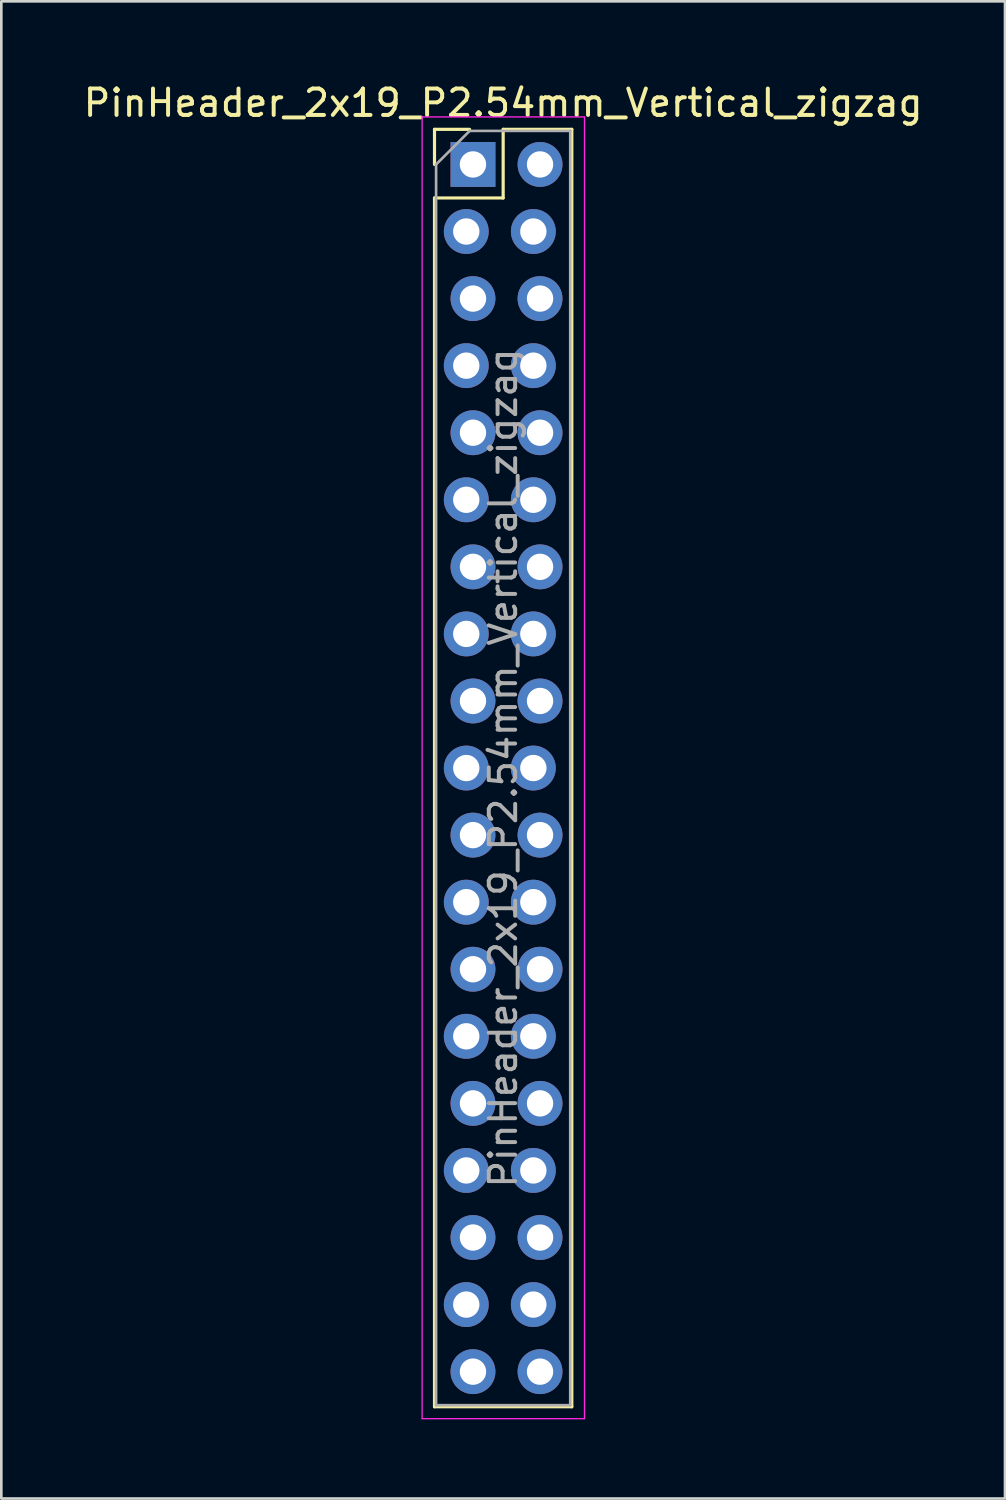
<source format=kicad_pcb>
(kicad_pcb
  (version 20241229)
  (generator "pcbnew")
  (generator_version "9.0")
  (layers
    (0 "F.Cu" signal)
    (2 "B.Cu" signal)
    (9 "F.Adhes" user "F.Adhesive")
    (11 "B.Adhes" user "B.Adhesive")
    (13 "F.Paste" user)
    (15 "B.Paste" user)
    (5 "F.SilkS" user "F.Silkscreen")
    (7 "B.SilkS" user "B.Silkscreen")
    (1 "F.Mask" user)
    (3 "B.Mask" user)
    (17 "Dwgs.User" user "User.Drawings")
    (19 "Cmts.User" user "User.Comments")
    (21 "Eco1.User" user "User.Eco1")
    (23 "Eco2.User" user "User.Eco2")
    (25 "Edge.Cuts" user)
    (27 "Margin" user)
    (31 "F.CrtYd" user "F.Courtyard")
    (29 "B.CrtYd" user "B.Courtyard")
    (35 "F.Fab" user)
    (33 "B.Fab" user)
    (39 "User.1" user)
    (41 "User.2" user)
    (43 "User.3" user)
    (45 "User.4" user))
  (footprint "PinHeader_2x19_P2.54mm_Vertical_zigzag"
    (layer "F.Cu")
    (at 14.736 3.178)
    (property "Reference" "PinHeader_2x19_P2.54mm_Vertical_zigzag" (at 1.27 -2.33 0) (layer "F.SilkS") (effects (font (size 1 1) (thickness 0.15))))
    (attr through_hole)
    (fp_line (start -1.33 -1.33) (end 0 -1.33) (stroke (width 0.12) (type solid)) (layer "F.SilkS"))
    (fp_line (start -1.33 0) (end -1.33 -1.33) (stroke (width 0.12) (type solid)) (layer "F.SilkS"))
    (fp_line (start -1.33 1.27) (end -1.33 47.05) (stroke (width 0.12) (type solid)) (layer "F.SilkS"))
    (fp_line (start -1.33 1.27) (end 1.27 1.27) (stroke (width 0.12) (type solid)) (layer "F.SilkS"))
    (fp_line (start -1.33 47.05) (end 3.87 47.05) (stroke (width 0.12) (type solid)) (layer "F.SilkS"))
    (fp_line (start 1.27 -1.33) (end 3.87 -1.33) (stroke (width 0.12) (type solid)) (layer "F.SilkS"))
    (fp_line (start 1.27 1.27) (end 1.27 -1.33) (stroke (width 0.12) (type solid)) (layer "F.SilkS"))
    (fp_line (start 3.87 -1.33) (end 3.87 47.05) (stroke (width 0.12) (type solid)) (layer "F.SilkS"))
    (fp_line (start -1.8 -1.8) (end -1.8 47.5) (stroke (width 0.05) (type solid)) (layer "F.CrtYd"))
    (fp_line (start -1.8 47.5) (end 4.35 47.5) (stroke (width 0.05) (type solid)) (layer "F.CrtYd"))
    (fp_line (start 4.35 -1.8) (end -1.8 -1.8) (stroke (width 0.05) (type solid)) (layer "F.CrtYd"))
    (fp_line (start 4.35 47.5) (end 4.35 -1.8) (stroke (width 0.05) (type solid)) (layer "F.CrtYd"))
    (fp_line (start -1.27 0) (end 0 -1.27) (stroke (width 0.1) (type solid)) (layer "F.Fab"))
    (fp_line (start -1.27 46.99) (end -1.27 0) (stroke (width 0.1) (type solid)) (layer "F.Fab"))
    (fp_line (start 0 -1.27) (end 3.81 -1.27) (stroke (width 0.1) (type solid)) (layer "F.Fab"))
    (fp_line (start 3.81 -1.27) (end 3.81 46.99) (stroke (width 0.1) (type solid)) (layer "F.Fab"))
    (fp_line (start 3.81 46.99) (end -1.27 46.99) (stroke (width 0.1) (type solid)) (layer "F.Fab"))
    (fp_text user "${REFERENCE}" (at 1.27 22.86 90) (layer "F.Fab") (effects (font (size 1 1) (thickness 0.15))))
    (pad "1" thru_hole rect (at 0.127 0) (size 1.7 1.7) (drill 1) (layers "*.Cu" "*.Mask"))
    (pad "2" thru_hole oval (at 2.667 0) (size 1.7 1.7) (drill 1) (layers "*.Cu" "*.Mask"))
    (pad "3" thru_hole oval (at -0.127 2.54) (size 1.7 1.7) (drill 1) (layers "*.Cu" "*.Mask"))
    (pad "4" thru_hole oval (at 2.413 2.54) (size 1.7 1.7) (drill 1) (layers "*.Cu" "*.Mask"))
    (pad "5" thru_hole oval (at 0.127 5.08) (size 1.7 1.7) (drill 1) (layers "*.Cu" "*.Mask"))
    (pad "6" thru_hole oval (at 2.667 5.08) (size 1.7 1.7) (drill 1) (layers "*.Cu" "*.Mask"))
    (pad "7" thru_hole oval (at -0.127 7.62) (size 1.7 1.7) (drill 1) (layers "*.Cu" "*.Mask"))
    (pad "8" thru_hole oval (at 2.413 7.62) (size 1.7 1.7) (drill 1) (layers "*.Cu" "*.Mask"))
    (pad "9" thru_hole oval (at 0.127 10.16) (size 1.7 1.7) (drill 1) (layers "*.Cu" "*.Mask"))
    (pad "10" thru_hole oval (at 2.667 10.16) (size 1.7 1.7) (drill 1) (layers "*.Cu" "*.Mask"))
    (pad "11" thru_hole oval (at -0.127 12.7) (size 1.7 1.7) (drill 1) (layers "*.Cu" "*.Mask"))
    (pad "12" thru_hole oval (at 2.413 12.7) (size 1.7 1.7) (drill 1) (layers "*.Cu" "*.Mask"))
    (pad "13" thru_hole oval (at 0.127 15.24) (size 1.7 1.7) (drill 1) (layers "*.Cu" "*.Mask"))
    (pad "14" thru_hole oval (at 2.667 15.24) (size 1.7 1.7) (drill 1) (layers "*.Cu" "*.Mask"))
    (pad "15" thru_hole oval (at -0.127 17.78) (size 1.7 1.7) (drill 1) (layers "*.Cu" "*.Mask"))
    (pad "16" thru_hole oval (at 2.413 17.78) (size 1.7 1.7) (drill 1) (layers "*.Cu" "*.Mask"))
    (pad "17" thru_hole oval (at 0.127 20.32) (size 1.7 1.7) (drill 1) (layers "*.Cu" "*.Mask"))
    (pad "18" thru_hole oval (at 2.667 20.32) (size 1.7 1.7) (drill 1) (layers "*.Cu" "*.Mask"))
    (pad "19" thru_hole oval (at -0.127 22.86) (size 1.7 1.7) (drill 1) (layers "*.Cu" "*.Mask"))
    (pad "20" thru_hole oval (at 2.413 22.86) (size 1.7 1.7) (drill 1) (layers "*.Cu" "*.Mask"))
    (pad "21" thru_hole oval (at 0.127 25.4) (size 1.7 1.7) (drill 1) (layers "*.Cu" "*.Mask"))
    (pad "22" thru_hole oval (at 2.667 25.4) (size 1.7 1.7) (drill 1) (layers "*.Cu" "*.Mask"))
    (pad "23" thru_hole oval (at -0.127 27.94) (size 1.7 1.7) (drill 1) (layers "*.Cu" "*.Mask"))
    (pad "24" thru_hole oval (at 2.413 27.94) (size 1.7 1.7) (drill 1) (layers "*.Cu" "*.Mask"))
    (pad "25" thru_hole oval (at 0.127 30.48) (size 1.7 1.7) (drill 1) (layers "*.Cu" "*.Mask"))
    (pad "26" thru_hole oval (at 2.667 30.48) (size 1.7 1.7) (drill 1) (layers "*.Cu" "*.Mask"))
    (pad "27" thru_hole oval (at -0.127 33.02) (size 1.7 1.7) (drill 1) (layers "*.Cu" "*.Mask"))
    (pad "28" thru_hole oval (at 2.413 33.02) (size 1.7 1.7) (drill 1) (layers "*.Cu" "*.Mask"))
    (pad "29" thru_hole oval (at 0.127 35.56) (size 1.7 1.7) (drill 1) (layers "*.Cu" "*.Mask"))
    (pad "30" thru_hole oval (at 2.667 35.56) (size 1.7 1.7) (drill 1) (layers "*.Cu" "*.Mask"))
    (pad "31" thru_hole oval (at -0.127 38.1) (size 1.7 1.7) (drill 1) (layers "*.Cu" "*.Mask"))
    (pad "32" thru_hole oval (at 2.413 38.1) (size 1.7 1.7) (drill 1) (layers "*.Cu" "*.Mask"))
    (pad "33" thru_hole oval (at 0.127 40.64) (size 1.7 1.7) (drill 1) (layers "*.Cu" "*.Mask"))
    (pad "34" thru_hole oval (at 2.667 40.64) (size 1.7 1.7) (drill 1) (layers "*.Cu" "*.Mask"))
    (pad "35" thru_hole oval (at -0.127 43.18) (size 1.7 1.7) (drill 1) (layers "*.Cu" "*.Mask"))
    (pad "36" thru_hole oval (at 2.413 43.18) (size 1.7 1.7) (drill 1) (layers "*.Cu" "*.Mask"))
    (pad "37" thru_hole oval (at 0.127 45.72) (size 1.7 1.7) (drill 1) (layers "*.Cu" "*.Mask"))
    (pad "38" thru_hole oval (at 2.667 45.72) (size 1.7 1.7) (drill 1) (layers "*.Cu" "*.Mask")))
  (gr_rect
    (start -3 -3)
    (end 35.012 53.703)
    (stroke (width 0.1) (type default))
    (fill no)
    (layer "Edge.Cuts")))
</source>
